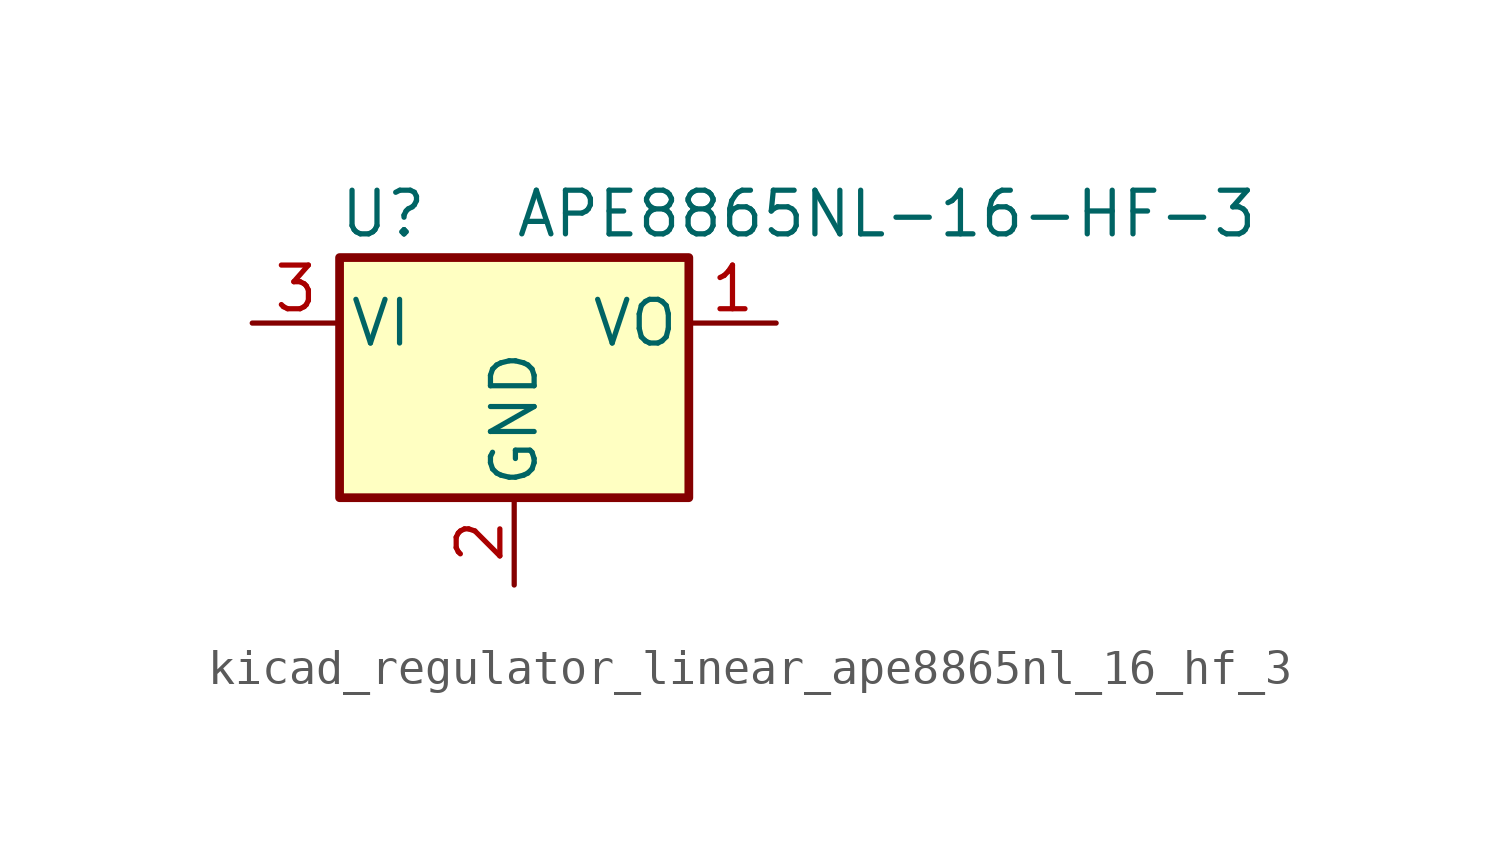
<source format=kicad_sym>
(kicad_symbol_lib
  (version 20220914)
  (generator kicad_symbol_editor)
  (symbol "kicad_regulator_linear_ape8865nl_16_hf_3"
    (pin_names
      (offset 0.254))
    (property "Reference" "U"
      (at -3.81 3.175 0)
      (effects (font (size 1.27 1.27))))
    (property "Value" "APE8865NL-16-HF-3"
      (at 0 3.175 0)
      (effects (font (size 1.27 1.27)) (justify left)))
    (symbol "kicad_regulator_linear_ape8865nl_16_hf_3_0_1"
      (rectangle (start -5.08 1.905) (end 5.08 -5.08) (stroke (width 0.254) (type default)) (fill (type background))))
    (symbol "kicad_regulator_linear_ape8865nl_16_hf_3_1_1"
      (pin power_out line (at 7.62 0 180) (length 2.54) (name "VO" (effects (font (size 1.27 1.27)))) (number "1" (effects (font (size 1.27 1.27)))))
      (pin power_in line (at 0 -7.62 90) (length 2.54) (name "GND" (effects (font (size 1.27 1.27)))) (number "2" (effects (font (size 1.27 1.27)))))
      (pin power_in line (at -7.62 0 0) (length 2.54) (name "VI" (effects (font (size 1.27 1.27)))) (number "3" (effects (font (size 1.27 1.27))))))))
</source>
